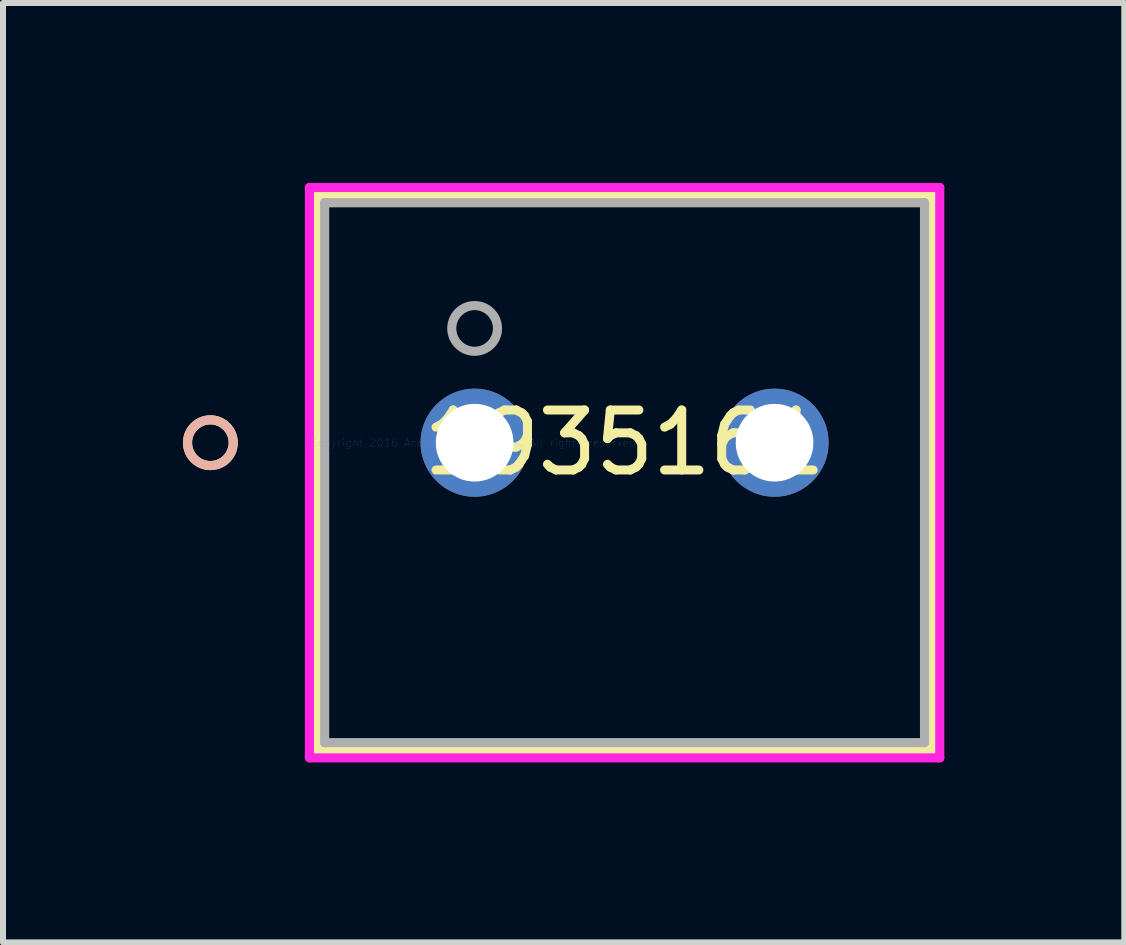
<source format=kicad_pcb>
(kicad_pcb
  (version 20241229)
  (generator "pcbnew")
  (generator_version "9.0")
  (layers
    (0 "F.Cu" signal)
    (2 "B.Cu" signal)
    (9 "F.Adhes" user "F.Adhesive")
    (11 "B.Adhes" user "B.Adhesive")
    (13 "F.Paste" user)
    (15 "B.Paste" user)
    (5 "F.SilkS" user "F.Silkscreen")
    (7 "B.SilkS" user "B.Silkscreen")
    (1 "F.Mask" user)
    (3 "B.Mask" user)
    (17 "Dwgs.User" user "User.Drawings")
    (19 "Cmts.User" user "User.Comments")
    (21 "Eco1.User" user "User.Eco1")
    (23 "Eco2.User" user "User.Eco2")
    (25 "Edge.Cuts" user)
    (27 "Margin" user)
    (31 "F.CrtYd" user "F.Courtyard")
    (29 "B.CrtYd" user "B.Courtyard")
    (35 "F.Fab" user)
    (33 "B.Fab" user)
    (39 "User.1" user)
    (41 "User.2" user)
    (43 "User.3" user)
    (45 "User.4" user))
  (footprint "1935161"
    (layer "F.Cu")
    (at 4.862 4.33)
    (property "Reference" "1935161" (at 2.5 0 0) (layer "F.SilkS") (effects (font (size 1 1) (thickness 0.15))))
    (attr through_hole)
    (fp_line (start -2.627 -4.127) (end -2.627 5.127) (stroke (width 0.152) (type solid)) (layer "F.SilkS"))
    (fp_line (start -2.627 5.127) (end 7.627 5.127) (stroke (width 0.152) (type solid)) (layer "F.SilkS"))
    (fp_line (start 7.627 -4.127) (end -2.627 -4.127) (stroke (width 0.152) (type solid)) (layer "F.SilkS"))
    (fp_line (start 7.627 5.127) (end 7.627 -4.127) (stroke (width 0.152) (type solid)) (layer "F.SilkS"))
    (fp_circle (center -4.405 0) (end -4.024 0) (stroke (width 0.152) (type solid)) (fill no) (layer "F.SilkS"))
    (fp_circle (center -4.405 0) (end -4.024 0) (stroke (width 0.152) (type solid)) (fill no) (layer "B.SilkS"))
    (fp_line (start -2.754 -4.254) (end -2.754 5.254) (stroke (width 0.152) (type solid)) (layer "F.CrtYd"))
    (fp_line (start -2.754 5.254) (end 7.754 5.254) (stroke (width 0.152) (type solid)) (layer "F.CrtYd"))
    (fp_line (start 7.754 -4.254) (end -2.754 -4.254) (stroke (width 0.152) (type solid)) (layer "F.CrtYd"))
    (fp_line (start 7.754 5.254) (end 7.754 -4.254) (stroke (width 0.152) (type solid)) (layer "F.CrtYd"))
    (fp_line (start -2.5 -4) (end -2.5 5) (stroke (width 0.152) (type solid)) (layer "F.Fab"))
    (fp_line (start -2.5 5) (end 7.5 5) (stroke (width 0.152) (type solid)) (layer "F.Fab"))
    (fp_line (start 7.5 -4) (end -2.5 -4) (stroke (width 0.152) (type solid)) (layer "F.Fab"))
    (fp_line (start 7.5 5) (end 7.5 -4) (stroke (width 0.152) (type solid)) (layer "F.Fab"))
    (fp_circle (center 0 -1.905) (end 0.381 -1.905) (stroke (width 0.152) (type solid)) (fill no) (layer "F.Fab"))
    (fp_text user "*" (at 0 0 0) (layer "F.SilkS") (effects (font (size 1 1) (thickness 0.15))))
    (fp_text user "Copyright 2016 Accelerated Designs. All rights reserved." (at 0 0 0) (layer "Cmts.User") (effects (font (size 0.127 0.127) (thickness 0.002))))
    (fp_text user "*" (at 0 0 0) (layer "F.Fab") (effects (font (size 1 1) (thickness 0.15))))
    (pad "1" thru_hole circle (at 0 0) (size 1.803 1.803) (drill 1.295) (layers "*.Cu" "*.Mask"))
    (pad "2" thru_hole circle (at 5 0) (size 1.803 1.803) (drill 1.295) (layers "*.Cu" "*.Mask")))
  (gr_rect
    (start -3 -3)
    (end 15.692 12.66)
    (stroke (width 0.1) (type default))
    (fill no)
    (layer "Edge.Cuts")))
</source>
